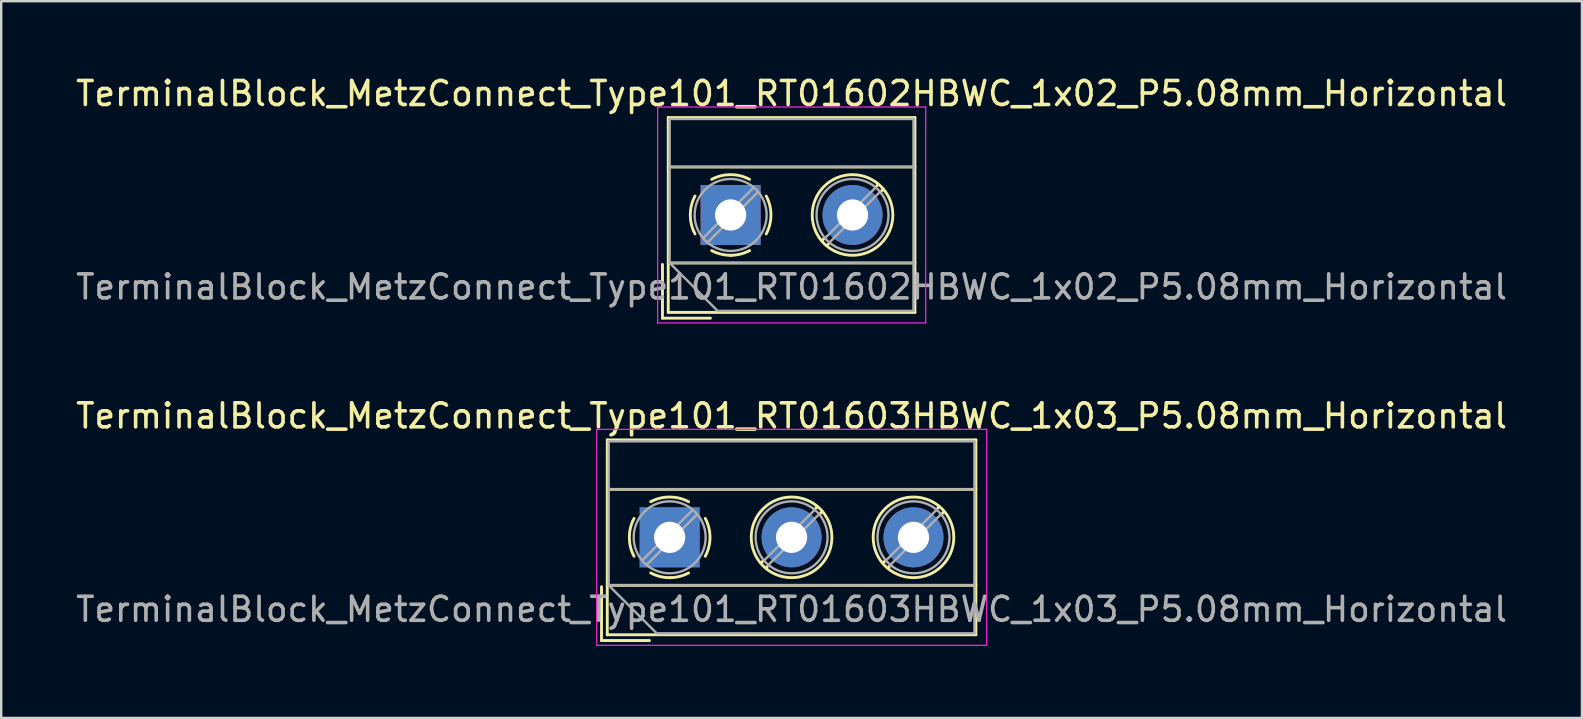
<source format=kicad_pcb>
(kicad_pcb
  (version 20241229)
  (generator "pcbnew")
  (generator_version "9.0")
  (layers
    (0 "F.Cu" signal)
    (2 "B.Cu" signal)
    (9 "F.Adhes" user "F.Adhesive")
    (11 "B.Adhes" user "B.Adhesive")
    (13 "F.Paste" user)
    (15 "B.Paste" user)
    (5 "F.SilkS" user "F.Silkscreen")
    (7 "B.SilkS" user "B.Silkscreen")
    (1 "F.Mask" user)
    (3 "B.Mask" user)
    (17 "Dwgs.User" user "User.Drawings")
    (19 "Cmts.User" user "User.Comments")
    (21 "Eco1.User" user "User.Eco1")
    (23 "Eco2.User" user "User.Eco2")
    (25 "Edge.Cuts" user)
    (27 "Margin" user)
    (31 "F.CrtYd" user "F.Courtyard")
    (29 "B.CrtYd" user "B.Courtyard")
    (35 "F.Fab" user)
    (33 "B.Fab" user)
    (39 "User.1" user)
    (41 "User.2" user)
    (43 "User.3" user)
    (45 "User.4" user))
  (footprint "TerminalBlock_MetzConnect_Type101_RT01602HBWC_1x02_P5.08mm_Horizontal"
    (layer "F.Cu")
    (at 27.395 5.908)
    (property "Reference" "TerminalBlock_MetzConnect_Type101_RT01602HBWC_1x02_P5.08mm_Horizontal" (at 2.54 -5.06 0) (layer "F.SilkS") (effects (font (size 1 1) (thickness 0.15))))
    (attr through_hole)
    (fp_line (start -2.84 2.06) (end -2.84 4.3) (stroke (width 0.12) (type solid)) (layer "F.SilkS"))
    (fp_line (start -2.84 4.3) (end -0.84 4.3) (stroke (width 0.12) (type solid)) (layer "F.SilkS"))
    (fp_line (start -2.6 -4.06) (end -2.6 4.06) (stroke (width 0.12) (type solid)) (layer "F.SilkS"))
    (fp_line (start -2.6 -4.06) (end 7.68 -4.06) (stroke (width 0.12) (type solid)) (layer "F.SilkS"))
    (fp_line (start -2.6 -2) (end 7.68 -2) (stroke (width 0.12) (type solid)) (layer "F.SilkS"))
    (fp_line (start -2.6 2) (end 7.68 2) (stroke (width 0.12) (type solid)) (layer "F.SilkS"))
    (fp_line (start -2.6 4.06) (end 7.68 4.06) (stroke (width 0.12) (type solid)) (layer "F.SilkS"))
    (fp_line (start 3.9 0.976) (end 3.806 1.069) (stroke (width 0.12) (type solid)) (layer "F.SilkS"))
    (fp_line (start 4.07 1.216) (end 4.011 1.274) (stroke (width 0.12) (type solid)) (layer "F.SilkS"))
    (fp_line (start 6.15 -1.275) (end 6.091 -1.216) (stroke (width 0.12) (type solid)) (layer "F.SilkS"))
    (fp_line (start 6.355 -1.069) (end 6.261 -0.976) (stroke (width 0.12) (type solid)) (layer "F.SilkS"))
    (fp_line (start 7.68 -4.06) (end 7.68 4.06) (stroke (width 0.12) (type solid)) (layer "F.SilkS"))
    (fp_arc (start -1.483953 0.789089) (mid -1.680708 0.00005) (end -1.484 -0.789) (stroke (width 0.12) (type solid)) (layer "F.SilkS"))
    (fp_arc (start -0.789089 -1.483953) (mid -0.00005 -1.680708) (end 0.789 -1.484) (stroke (width 0.12) (type solid)) (layer "F.SilkS"))
    (fp_arc (start 0.029383 1.68045) (mid -0.392304 1.634281) (end -0.789 1.484) (stroke (width 0.12) (type solid)) (layer "F.SilkS"))
    (fp_arc (start 0.788712 1.483352) (mid 0.406429 1.630097) (end 0 1.68) (stroke (width 0.12) (type solid)) (layer "F.SilkS"))
    (fp_arc (start 1.483953 -0.789089) (mid 1.680708 -0.00005) (end 1.484 0.789) (stroke (width 0.12) (type solid)) (layer "F.SilkS"))
    (fp_circle (center 5.08 0) (end 6.76 0) (stroke (width 0.12) (type solid)) (fill no) (layer "F.SilkS"))
    (fp_line (start -3.04 -4.5) (end -3.04 4.5) (stroke (width 0.05) (type solid)) (layer "F.CrtYd"))
    (fp_line (start -3.04 4.5) (end 8.13 4.5) (stroke (width 0.05) (type solid)) (layer "F.CrtYd"))
    (fp_line (start 8.13 -4.5) (end -3.04 -4.5) (stroke (width 0.05) (type solid)) (layer "F.CrtYd"))
    (fp_line (start 8.13 4.5) (end 8.13 -4.5) (stroke (width 0.05) (type solid)) (layer "F.CrtYd"))
    (fp_line (start -2.54 -4) (end 7.62 -4) (stroke (width 0.1) (type solid)) (layer "F.Fab"))
    (fp_line (start -2.54 -2) (end 7.62 -2) (stroke (width 0.1) (type solid)) (layer "F.Fab"))
    (fp_line (start -2.54 2) (end -2.54 -4) (stroke (width 0.1) (type solid)) (layer "F.Fab"))
    (fp_line (start -2.54 2) (end 7.62 2) (stroke (width 0.1) (type solid)) (layer "F.Fab"))
    (fp_line (start -0.54 4) (end -2.54 2) (stroke (width 0.1) (type solid)) (layer "F.Fab"))
    (fp_line (start 0.955 -1.138) (end -1.138 0.955) (stroke (width 0.1) (type solid)) (layer "F.Fab"))
    (fp_line (start 1.138 -0.955) (end -0.955 1.138) (stroke (width 0.1) (type solid)) (layer "F.Fab"))
    (fp_line (start 6.035 -1.138) (end 3.943 0.955) (stroke (width 0.1) (type solid)) (layer "F.Fab"))
    (fp_line (start 6.218 -0.955) (end 4.126 1.138) (stroke (width 0.1) (type solid)) (layer "F.Fab"))
    (fp_line (start 7.62 -4) (end 7.62 4) (stroke (width 0.1) (type solid)) (layer "F.Fab"))
    (fp_line (start 7.62 4) (end -0.54 4) (stroke (width 0.1) (type solid)) (layer "F.Fab"))
    (fp_circle (center 0 0) (end 1.5 0) (stroke (width 0.1) (type solid)) (fill no) (layer "F.Fab"))
    (fp_circle (center 5.08 0) (end 6.58 0) (stroke (width 0.1) (type solid)) (fill no) (layer "F.Fab"))
    (fp_text user "${REFERENCE}" (at 2.54 3 0) (layer "F.Fab") (effects (font (size 1 1) (thickness 0.15))))
    (pad "1" thru_hole rect (at 0 0) (size 2.5 2.5) (drill 1.3) (layers "*.Cu" "*.Mask"))
    (pad "2" thru_hole circle (at 5.08 0) (size 2.5 2.5) (drill 1.3) (layers "*.Cu" "*.Mask")))
  (footprint "TerminalBlock_MetzConnect_Type101_RT01603HBWC_1x03_P5.08mm_Horizontal"
    (layer "F.Cu")
    (at 24.855 19.341)
    (property "Reference" "TerminalBlock_MetzConnect_Type101_RT01603HBWC_1x03_P5.08mm_Horizontal" (at 5.08 -5.06 0) (layer "F.SilkS") (effects (font (size 1 1) (thickness 0.15))))
    (attr through_hole)
    (fp_line (start -2.84 2.06) (end -2.84 4.3) (stroke (width 0.12) (type solid)) (layer "F.SilkS"))
    (fp_line (start -2.84 4.3) (end -0.84 4.3) (stroke (width 0.12) (type solid)) (layer "F.SilkS"))
    (fp_line (start -2.6 -4.06) (end -2.6 4.06) (stroke (width 0.12) (type solid)) (layer "F.SilkS"))
    (fp_line (start -2.6 -4.06) (end 12.76 -4.06) (stroke (width 0.12) (type solid)) (layer "F.SilkS"))
    (fp_line (start -2.6 -2) (end 12.76 -2) (stroke (width 0.12) (type solid)) (layer "F.SilkS"))
    (fp_line (start -2.6 2) (end 12.76 2) (stroke (width 0.12) (type solid)) (layer "F.SilkS"))
    (fp_line (start -2.6 4.06) (end 12.76 4.06) (stroke (width 0.12) (type solid)) (layer "F.SilkS"))
    (fp_line (start 3.9 0.976) (end 3.806 1.069) (stroke (width 0.12) (type solid)) (layer "F.SilkS"))
    (fp_line (start 4.07 1.216) (end 4.011 1.274) (stroke (width 0.12) (type solid)) (layer "F.SilkS"))
    (fp_line (start 6.15 -1.275) (end 6.091 -1.216) (stroke (width 0.12) (type solid)) (layer "F.SilkS"))
    (fp_line (start 6.355 -1.069) (end 6.261 -0.976) (stroke (width 0.12) (type solid)) (layer "F.SilkS"))
    (fp_line (start 8.98 0.976) (end 8.886 1.069) (stroke (width 0.12) (type solid)) (layer "F.SilkS"))
    (fp_line (start 9.15 1.216) (end 9.091 1.274) (stroke (width 0.12) (type solid)) (layer "F.SilkS"))
    (fp_line (start 11.23 -1.275) (end 11.171 -1.216) (stroke (width 0.12) (type solid)) (layer "F.SilkS"))
    (fp_line (start 11.435 -1.069) (end 11.341 -0.976) (stroke (width 0.12) (type solid)) (layer "F.SilkS"))
    (fp_line (start 12.76 -4.06) (end 12.76 4.06) (stroke (width 0.12) (type solid)) (layer "F.SilkS"))
    (fp_arc (start -1.483953 0.789089) (mid -1.680708 0.00005) (end -1.484 -0.789) (stroke (width 0.12) (type solid)) (layer "F.SilkS"))
    (fp_arc (start -0.789089 -1.483953) (mid -0.00005 -1.680708) (end 0.789 -1.484) (stroke (width 0.12) (type solid)) (layer "F.SilkS"))
    (fp_arc (start 0.029383 1.68045) (mid -0.392304 1.634281) (end -0.789 1.484) (stroke (width 0.12) (type solid)) (layer "F.SilkS"))
    (fp_arc (start 0.788712 1.483352) (mid 0.406429 1.630097) (end 0 1.68) (stroke (width 0.12) (type solid)) (layer "F.SilkS"))
    (fp_arc (start 1.483953 -0.789089) (mid 1.680708 -0.00005) (end 1.484 0.789) (stroke (width 0.12) (type solid)) (layer "F.SilkS"))
    (fp_circle (center 5.08 0) (end 6.76 0) (stroke (width 0.12) (type solid)) (fill no) (layer "F.SilkS"))
    (fp_circle (center 10.16 0) (end 11.84 0) (stroke (width 0.12) (type solid)) (fill no) (layer "F.SilkS"))
    (fp_line (start -3.04 -4.5) (end -3.04 4.5) (stroke (width 0.05) (type solid)) (layer "F.CrtYd"))
    (fp_line (start -3.04 4.5) (end 13.21 4.5) (stroke (width 0.05) (type solid)) (layer "F.CrtYd"))
    (fp_line (start 13.21 -4.5) (end -3.04 -4.5) (stroke (width 0.05) (type solid)) (layer "F.CrtYd"))
    (fp_line (start 13.21 4.5) (end 13.21 -4.5) (stroke (width 0.05) (type solid)) (layer "F.CrtYd"))
    (fp_line (start -2.54 -4) (end 12.7 -4) (stroke (width 0.1) (type solid)) (layer "F.Fab"))
    (fp_line (start -2.54 -2) (end 12.7 -2) (stroke (width 0.1) (type solid)) (layer "F.Fab"))
    (fp_line (start -2.54 2) (end -2.54 -4) (stroke (width 0.1) (type solid)) (layer "F.Fab"))
    (fp_line (start -2.54 2) (end 12.7 2) (stroke (width 0.1) (type solid)) (layer "F.Fab"))
    (fp_line (start -0.54 4) (end -2.54 2) (stroke (width 0.1) (type solid)) (layer "F.Fab"))
    (fp_line (start 0.955 -1.138) (end -1.138 0.955) (stroke (width 0.1) (type solid)) (layer "F.Fab"))
    (fp_line (start 1.138 -0.955) (end -0.955 1.138) (stroke (width 0.1) (type solid)) (layer "F.Fab"))
    (fp_line (start 6.035 -1.138) (end 3.943 0.955) (stroke (width 0.1) (type solid)) (layer "F.Fab"))
    (fp_line (start 6.218 -0.955) (end 4.126 1.138) (stroke (width 0.1) (type solid)) (layer "F.Fab"))
    (fp_line (start 11.115 -1.138) (end 9.023 0.955) (stroke (width 0.1) (type solid)) (layer "F.Fab"))
    (fp_line (start 11.298 -0.955) (end 9.206 1.138) (stroke (width 0.1) (type solid)) (layer "F.Fab"))
    (fp_line (start 12.7 -4) (end 12.7 4) (stroke (width 0.1) (type solid)) (layer "F.Fab"))
    (fp_line (start 12.7 4) (end -0.54 4) (stroke (width 0.1) (type solid)) (layer "F.Fab"))
    (fp_circle (center 0 0) (end 1.5 0) (stroke (width 0.1) (type solid)) (fill no) (layer "F.Fab"))
    (fp_circle (center 5.08 0) (end 6.58 0) (stroke (width 0.1) (type solid)) (fill no) (layer "F.Fab"))
    (fp_circle (center 10.16 0) (end 11.66 0) (stroke (width 0.1) (type solid)) (fill no) (layer "F.Fab"))
    (fp_text user "${REFERENCE}" (at 5.08 3 0) (layer "F.Fab") (effects (font (size 1 1) (thickness 0.15))))
    (pad "1" thru_hole rect (at 0 0) (size 2.5 2.5) (drill 1.3) (layers "*.Cu" "*.Mask"))
    (pad "2" thru_hole circle (at 5.08 0) (size 2.5 2.5) (drill 1.3) (layers "*.Cu" "*.Mask"))
    (pad "3" thru_hole circle (at 10.16 0) (size 2.5 2.5) (drill 1.3) (layers "*.Cu" "*.Mask")))
  (gr_rect
    (start -3 -3)
    (end 62.869 26.866)
    (stroke (width 0.1) (type default))
    (fill no)
    (layer "Edge.Cuts")))
</source>
